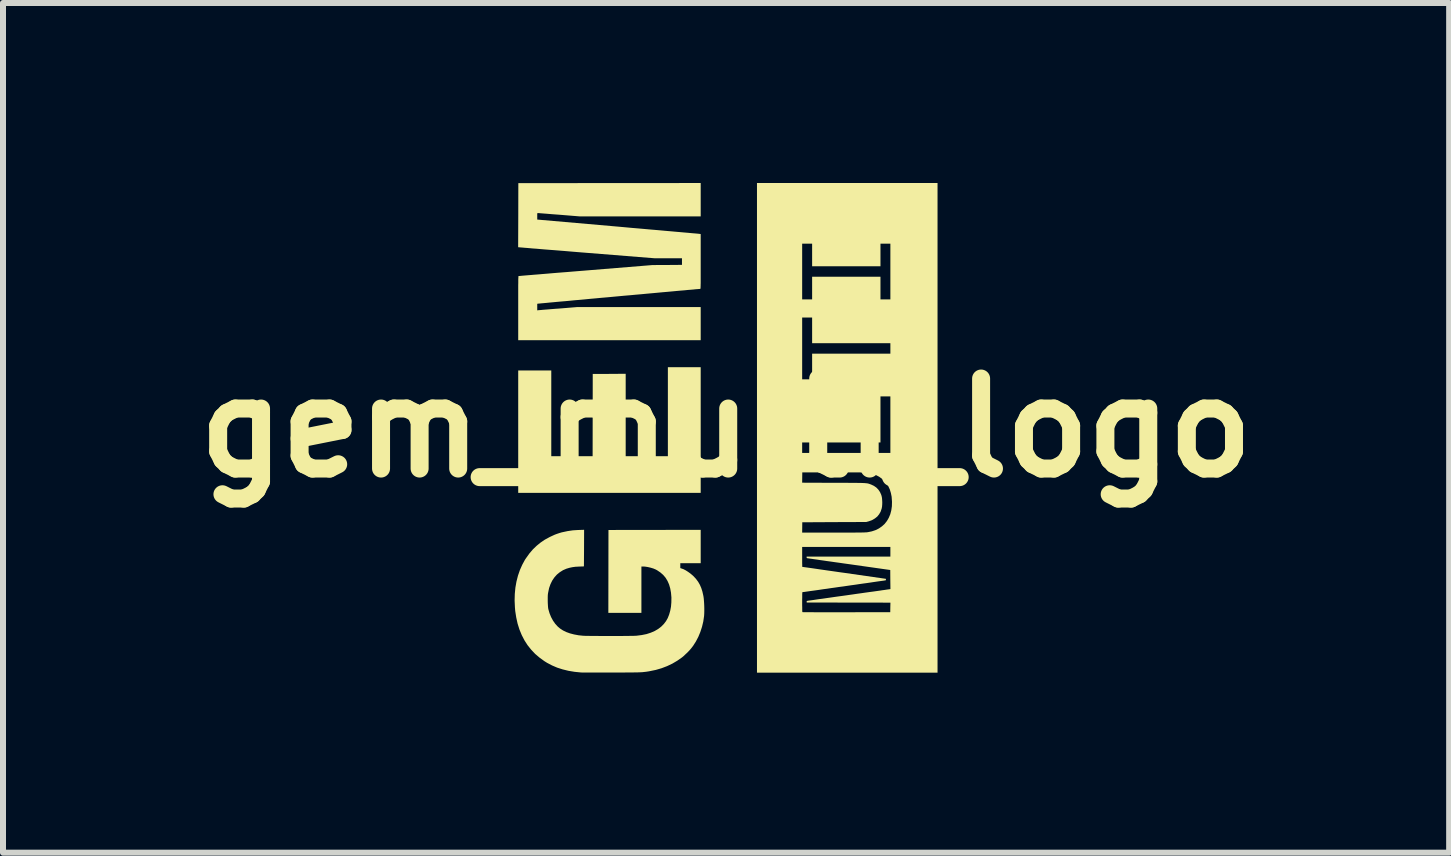
<source format=kicad_pcb>
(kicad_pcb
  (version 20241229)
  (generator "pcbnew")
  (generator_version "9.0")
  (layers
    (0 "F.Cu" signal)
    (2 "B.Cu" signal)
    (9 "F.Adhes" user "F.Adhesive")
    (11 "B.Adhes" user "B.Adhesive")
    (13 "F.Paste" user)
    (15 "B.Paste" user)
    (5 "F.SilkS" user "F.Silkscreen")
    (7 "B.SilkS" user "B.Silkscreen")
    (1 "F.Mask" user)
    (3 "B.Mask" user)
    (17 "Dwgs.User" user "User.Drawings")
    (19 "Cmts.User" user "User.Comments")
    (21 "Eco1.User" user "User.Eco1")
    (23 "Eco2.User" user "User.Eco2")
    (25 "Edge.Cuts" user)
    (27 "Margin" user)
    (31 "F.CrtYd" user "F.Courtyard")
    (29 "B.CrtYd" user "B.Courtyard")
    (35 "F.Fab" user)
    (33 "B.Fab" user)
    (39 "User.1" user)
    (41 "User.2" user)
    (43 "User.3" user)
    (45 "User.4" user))
  (footprint "gem_multi_logo"
    (layer "F.Cu")
    (at 9.05 4.08)
    (property "Reference" "gem_multi_logo" (at 0 0 0) (layer "F.SilkS") (effects (font (size 1.5 1.5) (thickness 0.3))))
    (attr board_only exclude_from_pos_files exclude_from_bom)
    (fp_poly (pts (xy -0.423 0.037) (xy -0.423 1.084) (xy -1.944 1.084) (xy -3.464 1.084) (xy -3.464 0.064) (xy -3.464 -0.956) (xy -3.189 -0.956) (xy -2.913 -0.956) (xy -2.913 -0.241) (xy -2.913 0.473) (xy -2.569 0.473) (xy -2.224 0.473) (xy -2.223 -0.213) (xy -2.222 -0.898) (xy -1.947 -0.899) (xy -1.673 -0.901) (xy -1.673 -0.214) (xy -1.673 0.473) (xy -1.321 0.473) (xy -0.97 0.473) (xy -0.97 -0.269) (xy -0.97 -1.011) (xy -0.696 -1.011) (xy -0.423 -1.011)) (stroke (width 0) (type solid)) (fill yes) (layer "F.SilkS"))
    (fp_poly (pts (xy -0.423 -3.802) (xy -0.423 -3.524) (xy -1.432 -3.524) (xy -2.442 -3.524) (xy -2.784 -3.552) (xy -2.84 -3.556) (xy -2.893 -3.56) (xy -2.942 -3.564) (xy -2.988 -3.568) (xy -3.029 -3.571) (xy -3.065 -3.574) (xy -3.094 -3.576) (xy -3.116 -3.578) (xy -3.131 -3.579) (xy -3.137 -3.579) (xy -3.137 -3.579) (xy -3.141 -3.579) (xy -3.144 -3.577) (xy -3.146 -3.572) (xy -3.147 -3.561) (xy -3.147 -3.545) (xy -3.147 -3.525) (xy -3.147 -3.471) (xy -1.798 -3.353) (xy -1.687 -3.343) (xy -1.579 -3.333) (xy -1.473 -3.324) (xy -1.37 -3.315) (xy -1.271 -3.306) (xy -1.175 -3.298) (xy -1.084 -3.29) (xy -0.997 -3.282) (xy -0.915 -3.275) (xy -0.838 -3.268) (xy -0.767 -3.262) (xy -0.702 -3.256) (xy -0.642 -3.251) (xy -0.59 -3.246) (xy -0.545 -3.242) (xy -0.507 -3.239) (xy -0.476 -3.236) (xy -0.454 -3.234) (xy -0.44 -3.232) (xy -0.435 -3.232) (xy -0.423 -3.229) (xy -0.423 -2.773) (xy -0.423 -2.698) (xy -0.423 -2.631) (xy -0.423 -2.573) (xy -0.423 -2.523) (xy -0.423 -2.479) (xy -0.423 -2.442) (xy -0.423 -2.411) (xy -0.424 -2.386) (xy -0.424 -2.365) (xy -0.425 -2.349) (xy -0.425 -2.337) (xy -0.426 -2.328) (xy -0.427 -2.322) (xy -0.428 -2.318) (xy -0.429 -2.316) (xy -0.43 -2.316) (xy -0.431 -2.316) (xy -0.436 -2.315) (xy -0.45 -2.314) (xy -0.473 -2.312) (xy -0.503 -2.31) (xy -0.54 -2.306) (xy -0.585 -2.302) (xy -0.636 -2.298) (xy -0.693 -2.292) (xy -0.756 -2.287) (xy -0.824 -2.281) (xy -0.897 -2.274) (xy -0.974 -2.267) (xy -1.055 -2.26) (xy -1.14 -2.252) (xy -1.227 -2.244) (xy -1.317 -2.236) (xy -1.41 -2.227) (xy -1.504 -2.219) (xy -1.599 -2.21) (xy -1.695 -2.202) (xy -1.791 -2.193) (xy -1.888 -2.184) (xy -1.984 -2.175) (xy -2.079 -2.167) (xy -2.173 -2.158) (xy -2.264 -2.15) (xy -2.354 -2.141) (xy -2.441 -2.133) (xy -2.525 -2.126) (xy -2.605 -2.118) (xy -2.681 -2.111) (xy -2.753 -2.105) (xy -2.82 -2.099) (xy -2.882 -2.093) (xy -2.938 -2.088) (xy -2.988 -2.083) (xy -3.031 -2.079) (xy -3.067 -2.076) (xy -3.096 -2.073) (xy -3.117 -2.071) (xy -3.129 -2.07) (xy -3.132 -2.07) (xy -3.147 -2.067) (xy -3.147 -2.013) (xy -3.147 -1.958) (xy -3.13 -1.96) (xy -3.123 -1.961) (xy -3.107 -1.962) (xy -3.084 -1.964) (xy -3.054 -1.967) (xy -3.017 -1.97) (xy -2.976 -1.973) (xy -2.93 -1.977) (xy -2.881 -1.981) (xy -2.829 -1.985) (xy -2.795 -1.987) (xy -2.478 -2.013) (xy -1.45 -2.013) (xy -0.423 -2.013) (xy -0.423 -1.737) (xy -0.423 -1.461) (xy -1.944 -1.461) (xy -3.464 -1.461) (xy -3.464 -1.994) (xy -3.464 -2.079) (xy -3.464 -2.154) (xy -3.464 -2.221) (xy -3.464 -2.281) (xy -3.464 -2.333) (xy -3.464 -2.377) (xy -3.463 -2.415) (xy -3.463 -2.447) (xy -3.463 -2.473) (xy -3.462 -2.493) (xy -3.461 -2.509) (xy -3.461 -2.52) (xy -3.46 -2.526) (xy -3.459 -2.529) (xy -3.459 -2.529) (xy -3.454 -2.53) (xy -3.44 -2.531) (xy -3.418 -2.533) (xy -3.388 -2.536) (xy -3.35 -2.539) (xy -3.305 -2.543) (xy -3.253 -2.547) (xy -3.195 -2.552) (xy -3.131 -2.557) (xy -3.061 -2.563) (xy -2.987 -2.569) (xy -2.907 -2.576) (xy -2.823 -2.583) (xy -2.735 -2.59) (xy -2.643 -2.597) (xy -2.548 -2.605) (xy -2.45 -2.613) (xy -2.35 -2.621) (xy -2.339 -2.622) (xy -1.225 -2.713) (xy -0.98 -2.714) (xy -0.735 -2.716) (xy -0.735 -2.771) (xy -0.735 -2.826) (xy -0.963 -2.826) (xy -1.191 -2.826) (xy -2.302 -2.915) (xy -2.402 -2.923) (xy -2.5 -2.931) (xy -2.596 -2.939) (xy -2.689 -2.947) (xy -2.778 -2.954) (xy -2.863 -2.961) (xy -2.944 -2.967) (xy -3.021 -2.973) (xy -3.092 -2.979) (xy -3.158 -2.985) (xy -3.218 -2.989) (xy -3.271 -2.994) (xy -3.318 -2.998) (xy -3.358 -3.001) (xy -3.39 -3.004) (xy -3.415 -3.006) (xy -3.431 -3.007) (xy -3.438 -3.008) (xy -3.438 -3.008) (xy -3.465 -3.01) (xy -3.463 -3.544) (xy -3.462 -4.078) (xy -1.942 -4.079) (xy -0.423 -4.08)) (stroke (width 0) (type solid)) (fill yes) (layer "F.SilkS"))
    (fp_poly (pts (xy -2.367 2.004) (xy -2.369 2.309) (xy -2.449 2.312) (xy -2.509 2.315) (xy -2.561 2.322) (xy -2.608 2.332) (xy -2.652 2.345) (xy -2.657 2.346) (xy -2.717 2.372) (xy -2.771 2.406) (xy -2.819 2.445) (xy -2.861 2.492) (xy -2.897 2.545) (xy -2.926 2.604) (xy -2.949 2.669) (xy -2.964 2.74) (xy -2.969 2.768) (xy -2.971 2.791) (xy -2.972 2.82) (xy -2.972 2.853) (xy -2.972 2.889) (xy -2.971 2.924) (xy -2.969 2.958) (xy -2.967 2.988) (xy -2.964 3.011) (xy -2.962 3.021) (xy -2.942 3.09) (xy -2.916 3.154) (xy -2.884 3.213) (xy -2.847 3.266) (xy -2.804 3.313) (xy -2.767 3.344) (xy -2.718 3.376) (xy -2.663 3.403) (xy -2.602 3.425) (xy -2.533 3.443) (xy -2.457 3.457) (xy -2.389 3.464) (xy -2.375 3.465) (xy -2.352 3.466) (xy -2.322 3.467) (xy -2.286 3.467) (xy -2.244 3.468) (xy -2.196 3.468) (xy -2.145 3.468) (xy -2.091 3.469) (xy -2.034 3.469) (xy -1.977 3.469) (xy -1.918 3.469) (xy -1.86 3.469) (xy -1.803 3.469) (xy -1.748 3.469) (xy -1.696 3.468) (xy -1.648 3.468) (xy -1.604 3.467) (xy -1.566 3.467) (xy -1.535 3.466) (xy -1.51 3.465) (xy -1.494 3.465) (xy -1.491 3.464) (xy -1.405 3.453) (xy -1.326 3.437) (xy -1.255 3.414) (xy -1.19 3.386) (xy -1.132 3.352) (xy -1.08 3.312) (xy -1.035 3.266) (xy -1.001 3.221) (xy -0.972 3.17) (xy -0.949 3.112) (xy -0.931 3.049) (xy -0.918 2.98) (xy -0.912 2.908) (xy -0.911 2.832) (xy -0.911 2.826) (xy -0.918 2.747) (xy -0.931 2.675) (xy -0.95 2.61) (xy -0.976 2.551) (xy -1.009 2.497) (xy -1.048 2.451) (xy -1.095 2.41) (xy -1.147 2.375) (xy -1.17 2.362) (xy -1.212 2.344) (xy -1.259 2.33) (xy -1.307 2.319) (xy -1.354 2.312) (xy -1.382 2.311) (xy -1.411 2.311) (xy -1.411 2.697) (xy -1.411 3.083) (xy -1.686 3.083) (xy -1.962 3.083) (xy -1.961 2.393) (xy -1.96 1.702) (xy -1.191 1.701) (xy -0.423 1.7) (xy -0.423 1.978) (xy -0.423 2.256) (xy -0.593 2.256) (xy -0.763 2.256) (xy -0.763 2.297) (xy -0.763 2.337) (xy -0.745 2.343) (xy -0.711 2.355) (xy -0.674 2.374) (xy -0.636 2.398) (xy -0.598 2.425) (xy -0.563 2.454) (xy -0.54 2.475) (xy -0.5 2.519) (xy -0.465 2.566) (xy -0.437 2.615) (xy -0.414 2.668) (xy -0.395 2.727) (xy -0.38 2.793) (xy -0.376 2.814) (xy -0.372 2.844) (xy -0.369 2.88) (xy -0.366 2.922) (xy -0.364 2.966) (xy -0.363 3.011) (xy -0.363 3.054) (xy -0.364 3.094) (xy -0.366 3.128) (xy -0.367 3.139) (xy -0.38 3.228) (xy -0.401 3.316) (xy -0.429 3.402) (xy -0.463 3.484) (xy -0.504 3.562) (xy -0.55 3.634) (xy -0.584 3.678) (xy -0.603 3.7) (xy -0.626 3.725) (xy -0.653 3.752) (xy -0.681 3.778) (xy -0.707 3.803) (xy -0.73 3.822) (xy -0.735 3.826) (xy -0.812 3.88) (xy -0.895 3.929) (xy -0.983 3.971) (xy -1.075 4.006) (xy -1.171 4.034) (xy -1.268 4.054) (xy -1.289 4.058) (xy -1.308 4.061) (xy -1.326 4.064) (xy -1.344 4.066) (xy -1.361 4.068) (xy -1.379 4.07) (xy -1.398 4.072) (xy -1.419 4.073) (xy -1.443 4.074) (xy -1.47 4.075) (xy -1.5 4.076) (xy -1.535 4.076) (xy -1.576 4.077) (xy -1.622 4.077) (xy -1.674 4.077) (xy -1.733 4.078) (xy -1.8 4.078) (xy -1.876 4.078) (xy -1.909 4.078) (xy -1.975 4.078) (xy -2.039 4.078) (xy -2.101 4.078) (xy -2.158 4.078) (xy -2.212 4.078) (xy -2.26 4.078) (xy -2.303 4.078) (xy -2.34 4.078) (xy -2.371 4.078) (xy -2.394 4.078) (xy -2.409 4.077) (xy -2.415 4.077) (xy -2.524 4.066) (xy -2.627 4.049) (xy -2.724 4.025) (xy -2.815 3.996) (xy -2.901 3.959) (xy -2.983 3.916) (xy -3.028 3.888) (xy -3.108 3.83) (xy -3.182 3.767) (xy -3.248 3.697) (xy -3.308 3.622) (xy -3.36 3.541) (xy -3.405 3.454) (xy -3.443 3.362) (xy -3.474 3.264) (xy -3.497 3.16) (xy -3.514 3.051) (xy -3.519 2.989) (xy -3.524 2.877) (xy -3.521 2.768) (xy -3.511 2.663) (xy -3.493 2.561) (xy -3.468 2.463) (xy -3.436 2.37) (xy -3.397 2.282) (xy -3.352 2.199) (xy -3.333 2.171) (xy -3.279 2.095) (xy -3.221 2.027) (xy -3.159 1.967) (xy -3.093 1.913) (xy -3.021 1.864) (xy -2.942 1.821) (xy -2.934 1.817) (xy -2.891 1.797) (xy -2.854 1.78) (xy -2.819 1.767) (xy -2.783 1.755) (xy -2.744 1.743) (xy -2.726 1.739) (xy -2.642 1.721) (xy -2.554 1.708) (xy -2.46 1.702) (xy -2.452 1.702) (xy -2.366 1.699)) (stroke (width 0) (type solid)) (fill yes) (layer "F.SilkS"))
    (fp_poly (pts (xy 3.524 -0.000001) (xy 3.524 4.08) (xy 2.019 4.08) (xy 0.515 4.08) (xy 0.515 2.15) (xy 1.268 2.15) (xy 1.268 2.188) (xy 1.268 2.223) (xy 1.268 2.254) (xy 1.269 2.28) (xy 1.269 2.299) (xy 1.269 2.312) (xy 1.269 2.316) (xy 1.274 2.317) (xy 1.287 2.319) (xy 1.308 2.322) (xy 1.337 2.326) (xy 1.373 2.331) (xy 1.416 2.337) (xy 1.465 2.344) (xy 1.519 2.352) (xy 1.579 2.361) (xy 1.643 2.37) (xy 1.712 2.38) (xy 1.784 2.39) (xy 1.859 2.401) (xy 1.937 2.412) (xy 1.967 2.416) (xy 2.663 2.516) (xy 2.664 2.528) (xy 2.664 2.536) (xy 2.658 2.541) (xy 2.65 2.543) (xy 2.644 2.543) (xy 2.629 2.546) (xy 2.607 2.549) (xy 2.577 2.553) (xy 2.541 2.558) (xy 2.499 2.564) (xy 2.451 2.571) (xy 2.399 2.579) (xy 2.343 2.587) (xy 2.283 2.595) (xy 2.22 2.604) (xy 2.154 2.614) (xy 2.087 2.623) (xy 2.019 2.633) (xy 1.951 2.643) (xy 1.882 2.652) (xy 1.814 2.662) (xy 1.748 2.671) (xy 1.683 2.681) (xy 1.621 2.689) (xy 1.562 2.698) (xy 1.507 2.706) (xy 1.456 2.713) (xy 1.41 2.719) (xy 1.369 2.725) (xy 1.335 2.73) (xy 1.307 2.734) (xy 1.287 2.736) (xy 1.275 2.738) (xy 1.272 2.738) (xy 1.271 2.743) (xy 1.27 2.755) (xy 1.269 2.774) (xy 1.269 2.799) (xy 1.269 2.827) (xy 1.268 2.859) (xy 1.268 2.892) (xy 1.268 2.926) (xy 1.268 2.959) (xy 1.269 2.99) (xy 1.269 3.018) (xy 1.269 3.041) (xy 1.27 3.058) (xy 1.271 3.069) (xy 1.271 3.071) (xy 1.276 3.071) (xy 1.29 3.072) (xy 1.311 3.072) (xy 1.341 3.072) (xy 1.378 3.072) (xy 1.421 3.072) (xy 1.471 3.073) (xy 1.526 3.073) (xy 1.587 3.073) (xy 1.652 3.073) (xy 1.722 3.073) (xy 1.796 3.073) (xy 1.873 3.073) (xy 1.952 3.073) (xy 2.005 3.073) (xy 2.736 3.072) (xy 2.737 2.992) (xy 2.739 2.913) (xy 2.041 2.912) (xy 1.344 2.911) (xy 1.343 2.898) (xy 1.343 2.889) (xy 1.35 2.884) (xy 1.352 2.883) (xy 1.357 2.883) (xy 1.372 2.88) (xy 1.394 2.877) (xy 1.424 2.873) (xy 1.461 2.868) (xy 1.505 2.861) (xy 1.554 2.854) (xy 1.609 2.847) (xy 1.669 2.838) (xy 1.734 2.829) (xy 1.802 2.819) (xy 1.874 2.809) (xy 1.949 2.799) (xy 2.027 2.788) (xy 2.033 2.787) (xy 2.111 2.776) (xy 2.186 2.765) (xy 2.259 2.755) (xy 2.328 2.745) (xy 2.393 2.736) (xy 2.454 2.728) (xy 2.51 2.72) (xy 2.561 2.713) (xy 2.605 2.706) (xy 2.644 2.701) (xy 2.675 2.696) (xy 2.698 2.693) (xy 2.714 2.691) (xy 2.721 2.69) (xy 2.721 2.69) (xy 2.739 2.687) (xy 2.737 2.528) (xy 2.736 2.369) (xy 2.045 2.271) (xy 1.966 2.26) (xy 1.89 2.249) (xy 1.817 2.239) (xy 1.747 2.229) (xy 1.681 2.22) (xy 1.62 2.211) (xy 1.563 2.203) (xy 1.512 2.195) (xy 1.467 2.189) (xy 1.428 2.183) (xy 1.397 2.179) (xy 1.372 2.175) (xy 1.356 2.173) (xy 1.348 2.171) (xy 1.348 2.171) (xy 1.343 2.165) (xy 1.342 2.157) (xy 1.342 2.146) (xy 2.04 2.146) (xy 2.738 2.146) (xy 2.738 2.065) (xy 2.738 1.985) (xy 2.003 1.985) (xy 1.268 1.985) (xy 1.268 2.15) (xy 0.515 2.15) (xy 0.515 1.746) (xy 1.268 1.746) (xy 1.79 1.746) (xy 1.872 1.746) (xy 1.946 1.746) (xy 2.011 1.746) (xy 2.069 1.746) (xy 2.12 1.746) (xy 2.164 1.745) (xy 2.203 1.745) (xy 2.235 1.745) (xy 2.263 1.744) (xy 2.287 1.744) (xy 2.306 1.743) (xy 2.322 1.742) (xy 2.336 1.741) (xy 2.347 1.741) (xy 2.356 1.739) (xy 2.361 1.739) (xy 2.429 1.725) (xy 2.492 1.704) (xy 2.548 1.676) (xy 2.598 1.641) (xy 2.643 1.6) (xy 2.68 1.553) (xy 2.711 1.5) (xy 2.736 1.441) (xy 2.753 1.377) (xy 2.763 1.308) (xy 2.765 1.234) (xy 2.764 1.218) (xy 2.759 1.147) (xy 2.746 1.084) (xy 2.728 1.025) (xy 2.703 0.972) (xy 2.67 0.923) (xy 2.642 0.89) (xy 2.601 0.851) (xy 2.557 0.819) (xy 2.508 0.792) (xy 2.453 0.771) (xy 2.392 0.756) (xy 2.366 0.751) (xy 2.358 0.749) (xy 2.35 0.748) (xy 2.341 0.747) (xy 2.33 0.746) (xy 2.317 0.745) (xy 2.302 0.745) (xy 2.284 0.744) (xy 2.262 0.744) (xy 2.235 0.743) (xy 2.204 0.743) (xy 2.168 0.743) (xy 2.126 0.742) (xy 2.077 0.742) (xy 2.022 0.742) (xy 1.959 0.742) (xy 1.888 0.742) (xy 1.808 0.742) (xy 1.794 0.742) (xy 1.27 0.742) (xy 1.269 0.828) (xy 1.268 0.914) (xy 1.793 0.916) (xy 1.875 0.916) (xy 1.949 0.916) (xy 2.015 0.916) (xy 2.073 0.917) (xy 2.124 0.917) (xy 2.168 0.917) (xy 2.207 0.918) (xy 2.24 0.918) (xy 2.269 0.919) (xy 2.293 0.92) (xy 2.313 0.921) (xy 2.33 0.923) (xy 2.345 0.924) (xy 2.357 0.926) (xy 2.368 0.928) (xy 2.378 0.931) (xy 2.387 0.934) (xy 2.396 0.937) (xy 2.406 0.941) (xy 2.415 0.944) (xy 2.462 0.966) (xy 2.503 0.994) (xy 2.537 1.029) (xy 2.565 1.07) (xy 2.586 1.117) (xy 2.592 1.138) (xy 2.598 1.167) (xy 2.601 1.203) (xy 2.603 1.241) (xy 2.602 1.279) (xy 2.599 1.315) (xy 2.593 1.345) (xy 2.592 1.348) (xy 2.575 1.398) (xy 2.55 1.441) (xy 2.519 1.479) (xy 2.48 1.51) (xy 2.435 1.536) (xy 2.383 1.556) (xy 2.373 1.559) (xy 2.336 1.569) (xy 1.803 1.571) (xy 1.27 1.574) (xy 1.269 1.66) (xy 1.268 1.746) (xy 0.515 1.746) (xy 0.515 0.244) (xy 1.268 0.244) (xy 1.268 0.331) (xy 1.268 0.418) (xy 2.003 0.418) (xy 2.738 0.418) (xy 2.738 -0.053) (xy 2.738 -0.524) (xy 2.656 -0.524) (xy 2.573 -0.524) (xy 2.573 -0.14) (xy 2.573 0.244) (xy 1.921 0.244) (xy 1.268 0.244) (xy 0.515 0.244) (xy 0.515 -0.000001) (xy 0.515 -1.323) (xy 1.268 -1.323) (xy 1.268 -0.809) (xy 1.351 -0.809) (xy 1.434 -0.809) (xy 1.434 -1.022) (xy 1.434 -1.236) (xy 2.086 -1.236) (xy 2.738 -1.236) (xy 2.738 -1.323) (xy 2.738 -1.411) (xy 2.086 -1.411) (xy 1.434 -1.411) (xy 1.434 -1.624) (xy 1.434 -1.838) (xy 1.351 -1.838) (xy 1.268 -1.838) (xy 1.268 -1.323) (xy 0.515 -1.323) (xy 0.515 -2.605) (xy 1.268 -2.605) (xy 1.268 -2.141) (xy 1.351 -2.141) (xy 1.434 -2.141) (xy 1.434 -2.33) (xy 1.434 -2.518) (xy 2.003 -2.518) (xy 2.573 -2.518) (xy 2.573 -2.33) (xy 2.573 -2.141) (xy 2.656 -2.141) (xy 2.738 -2.141) (xy 2.738 -2.605) (xy 2.738 -3.069) (xy 2.656 -3.069) (xy 2.573 -3.069) (xy 2.573 -2.881) (xy 2.573 -2.693) (xy 2.003 -2.693) (xy 1.434 -2.693) (xy 1.434 -2.881) (xy 1.434 -3.069) (xy 1.351 -3.069) (xy 1.268 -3.069) (xy 1.268 -2.605) (xy 0.515 -2.605) (xy 0.515 -4.08) (xy 2.019 -4.08) (xy 3.524 -4.08)) (stroke (width 0) (type solid)) (fill yes) (layer "F.SilkS")))
  (gr_rect
    (start -3 -3)
    (end 21.1 11.16)
    (stroke (width 0.1) (type default))
    (fill no)
    (layer "Edge.Cuts")))
</source>
